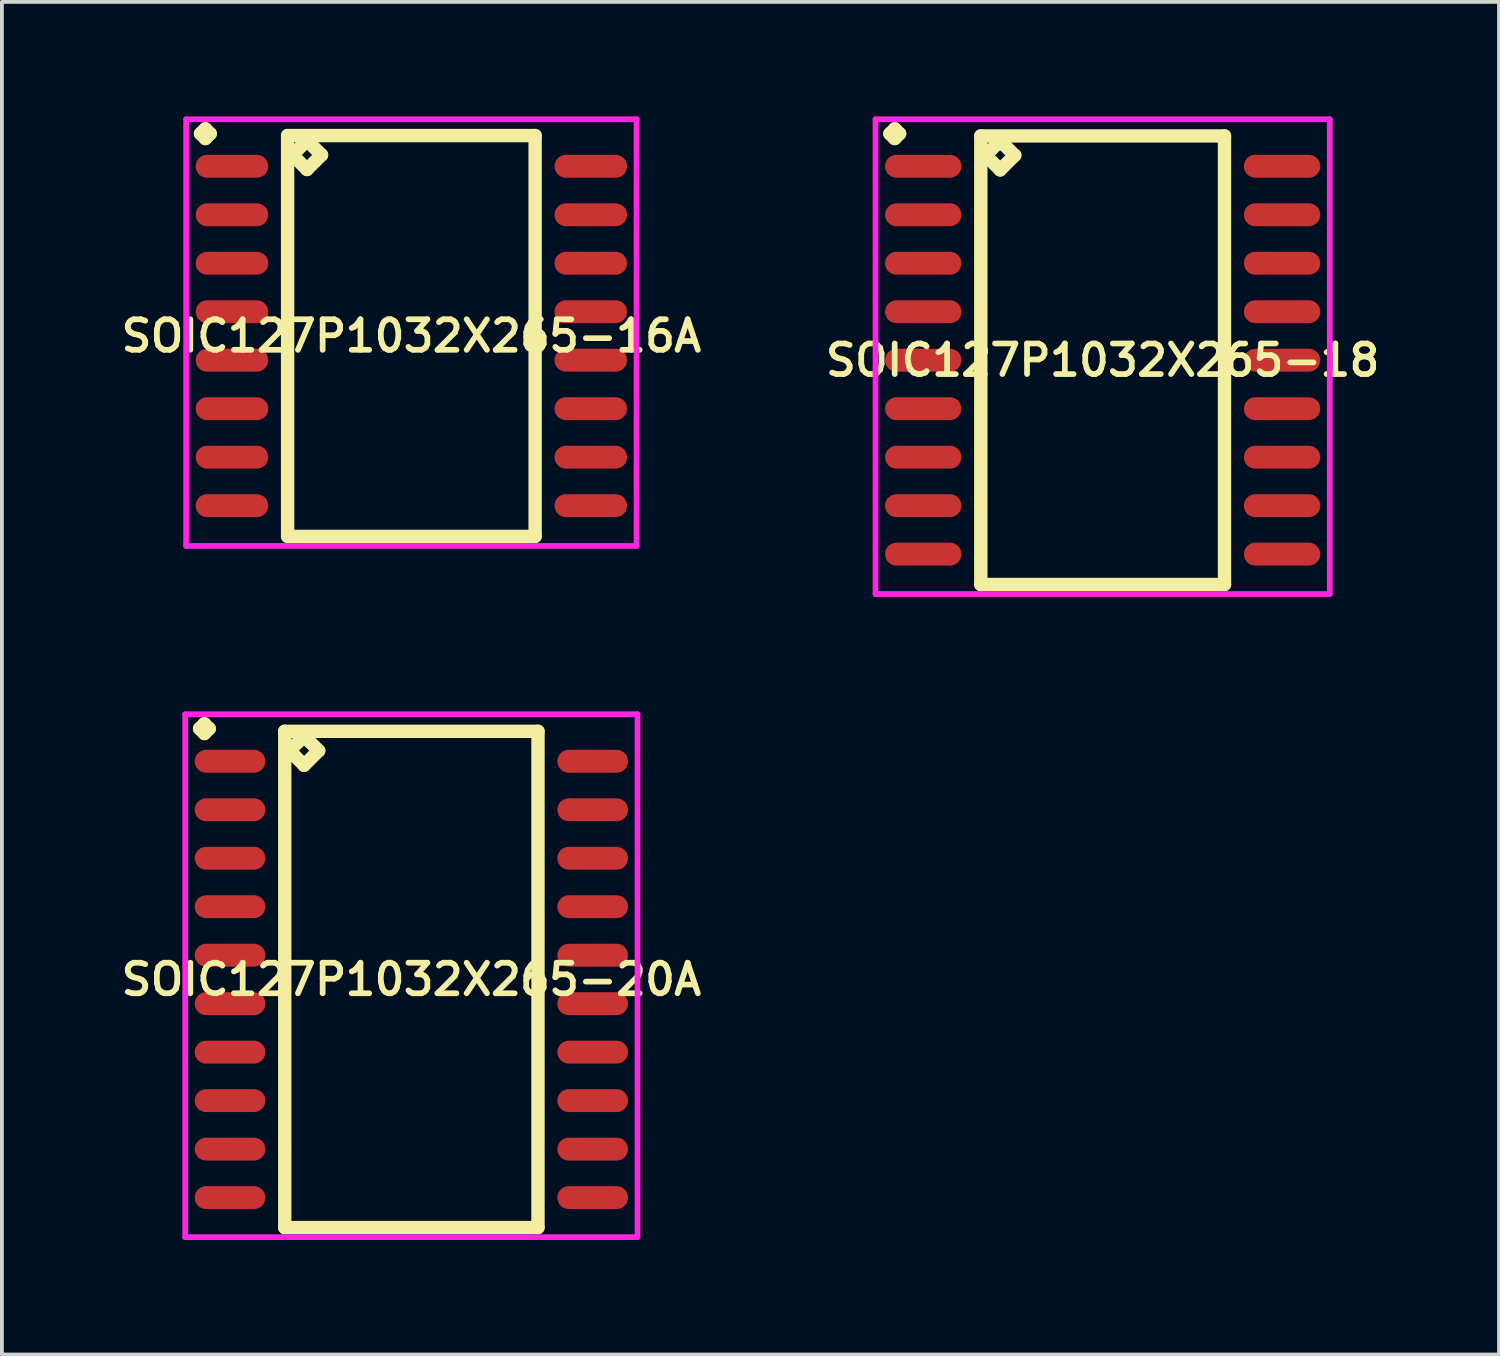
<source format=kicad_pcb>
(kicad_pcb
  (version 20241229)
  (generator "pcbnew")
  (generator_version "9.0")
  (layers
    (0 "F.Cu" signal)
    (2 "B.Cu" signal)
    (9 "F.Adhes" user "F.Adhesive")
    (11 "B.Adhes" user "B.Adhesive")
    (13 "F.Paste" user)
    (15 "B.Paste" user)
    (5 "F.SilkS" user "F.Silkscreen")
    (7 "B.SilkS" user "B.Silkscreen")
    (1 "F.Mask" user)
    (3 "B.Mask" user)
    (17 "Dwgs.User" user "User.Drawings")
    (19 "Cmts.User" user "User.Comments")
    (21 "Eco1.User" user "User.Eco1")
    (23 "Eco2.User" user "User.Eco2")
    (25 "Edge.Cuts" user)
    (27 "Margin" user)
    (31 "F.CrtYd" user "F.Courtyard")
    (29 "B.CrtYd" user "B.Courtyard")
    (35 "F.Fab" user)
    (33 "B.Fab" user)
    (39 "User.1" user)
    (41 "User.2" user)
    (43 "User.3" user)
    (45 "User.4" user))
  (footprint "SOIC127P1032X265-18"
    (layer "F.Cu")
    (at 25.835 6.386)
    (property "Reference" "SOIC127P1032X265-18" (at 0 0 0) (layer "F.SilkS") (effects (font (size 0.8 0.8) (thickness 0.15))))
    (attr smd)
    (fp_line (start -5.573 -5.934) (end -5.446 -6.061) (stroke (width 0.35) (type solid)) (layer "F.SilkS"))
    (fp_line (start -5.446 -6.061) (end -5.319 -5.934) (stroke (width 0.35) (type solid)) (layer "F.SilkS"))
    (fp_line (start -5.446 -5.807) (end -5.573 -5.934) (stroke (width 0.35) (type solid)) (layer "F.SilkS"))
    (fp_line (start -5.319 -5.934) (end -5.446 -5.807) (stroke (width 0.35) (type solid)) (layer "F.SilkS"))
    (fp_line (start -3.192 -5.875) (end -3.192 5.875) (stroke (width 0.35) (type solid)) (layer "F.SilkS"))
    (fp_line (start -3.192 5.875) (end 3.192 5.875) (stroke (width 0.35) (type solid)) (layer "F.SilkS"))
    (fp_line (start -3.065 -5.367) (end -2.684 -5.748) (stroke (width 0.35) (type solid)) (layer "F.SilkS"))
    (fp_line (start -2.684 -5.748) (end -2.303 -5.367) (stroke (width 0.35) (type solid)) (layer "F.SilkS"))
    (fp_line (start -2.684 -4.986) (end -3.065 -5.367) (stroke (width 0.35) (type solid)) (layer "F.SilkS"))
    (fp_line (start -2.303 -5.367) (end -2.684 -4.986) (stroke (width 0.35) (type solid)) (layer "F.SilkS"))
    (fp_line (start 3.192 -5.875) (end -3.192 -5.875) (stroke (width 0.35) (type solid)) (layer "F.SilkS"))
    (fp_line (start 3.192 5.875) (end 3.192 -5.875) (stroke (width 0.35) (type solid)) (layer "F.SilkS"))
    (fp_line (start -5.95 -6.311) (end 5.95 -6.311) (stroke (width 0.15) (type solid)) (layer "F.CrtYd"))
    (fp_line (start -5.95 6.125) (end -5.95 -6.311) (stroke (width 0.15) (type solid)) (layer "F.CrtYd"))
    (fp_line (start 5.95 -6.311) (end 5.95 6.125) (stroke (width 0.15) (type solid)) (layer "F.CrtYd"))
    (fp_line (start 5.95 6.125) (end -5.95 6.125) (stroke (width 0.15) (type solid)) (layer "F.CrtYd"))
    (pad "1" smd oval (at -4.7 -5.08) (size 2 0.6) (layers "F.Cu" "F.Mask" "F.Paste"))
    (pad "2" smd oval (at -4.7 -3.81) (size 2 0.6) (layers "F.Cu" "F.Mask" "F.Paste"))
    (pad "3" smd oval (at -4.7 -2.54) (size 2 0.6) (layers "F.Cu" "F.Mask" "F.Paste"))
    (pad "4" smd oval (at -4.7 -1.27) (size 2 0.6) (layers "F.Cu" "F.Mask" "F.Paste"))
    (pad "5" smd oval (at -4.7 0) (size 2 0.6) (layers "F.Cu" "F.Mask" "F.Paste"))
    (pad "6" smd oval (at -4.7 1.27) (size 2 0.6) (layers "F.Cu" "F.Mask" "F.Paste"))
    (pad "7" smd oval (at -4.7 2.54) (size 2 0.6) (layers "F.Cu" "F.Mask" "F.Paste"))
    (pad "8" smd oval (at -4.7 3.81) (size 2 0.6) (layers "F.Cu" "F.Mask" "F.Paste"))
    (pad "9" smd oval (at -4.7 5.08) (size 2 0.6) (layers "F.Cu" "F.Mask" "F.Paste"))
    (pad "10" smd oval (at 4.7 5.08) (size 2 0.6) (layers "F.Cu" "F.Mask" "F.Paste"))
    (pad "11" smd oval (at 4.7 3.81) (size 2 0.6) (layers "F.Cu" "F.Mask" "F.Paste"))
    (pad "12" smd oval (at 4.7 2.54) (size 2 0.6) (layers "F.Cu" "F.Mask" "F.Paste"))
    (pad "13" smd oval (at 4.7 1.27) (size 2 0.6) (layers "F.Cu" "F.Mask" "F.Paste"))
    (pad "14" smd oval (at 4.7 0) (size 2 0.6) (layers "F.Cu" "F.Mask" "F.Paste"))
    (pad "15" smd oval (at 4.7 -1.27) (size 2 0.6) (layers "F.Cu" "F.Mask" "F.Paste"))
    (pad "16" smd oval (at 4.7 -2.54) (size 2 0.6) (layers "F.Cu" "F.Mask" "F.Paste"))
    (pad "17" smd oval (at 4.7 -3.81) (size 2 0.6) (layers "F.Cu" "F.Mask" "F.Paste"))
    (pad "18" smd oval (at 4.7 -5.08) (size 2 0.6) (layers "F.Cu" "F.Mask" "F.Paste")))
  (footprint "SOIC127P1032X265-20A"
    (layer "F.Cu")
    (at 7.726 22.607)
    (property "Reference" "SOIC127P1032X265-20A" (at 0 0 0) (layer "F.SilkS") (effects (font (size 0.8 0.8) (thickness 0.15))))
    (attr smd)
    (fp_line (start -5.548 -6.569) (end -5.421 -6.696) (stroke (width 0.35) (type solid)) (layer "F.SilkS"))
    (fp_line (start -5.421 -6.696) (end -5.294 -6.569) (stroke (width 0.35) (type solid)) (layer "F.SilkS"))
    (fp_line (start -5.421 -6.442) (end -5.548 -6.569) (stroke (width 0.35) (type solid)) (layer "F.SilkS"))
    (fp_line (start -5.294 -6.569) (end -5.421 -6.442) (stroke (width 0.35) (type solid)) (layer "F.SilkS"))
    (fp_line (start -3.317 -6.5) (end -3.317 6.5) (stroke (width 0.35) (type solid)) (layer "F.SilkS"))
    (fp_line (start -3.317 6.5) (end 3.317 6.5) (stroke (width 0.35) (type solid)) (layer "F.SilkS"))
    (fp_line (start -3.19 -5.992) (end -2.809 -6.373) (stroke (width 0.35) (type solid)) (layer "F.SilkS"))
    (fp_line (start -2.809 -6.373) (end -2.428 -5.992) (stroke (width 0.35) (type solid)) (layer "F.SilkS"))
    (fp_line (start -2.809 -5.611) (end -3.19 -5.992) (stroke (width 0.35) (type solid)) (layer "F.SilkS"))
    (fp_line (start -2.428 -5.992) (end -2.809 -5.611) (stroke (width 0.35) (type solid)) (layer "F.SilkS"))
    (fp_line (start 3.317 -6.5) (end -3.317 -6.5) (stroke (width 0.35) (type solid)) (layer "F.SilkS"))
    (fp_line (start 3.317 6.5) (end 3.317 -6.5) (stroke (width 0.35) (type solid)) (layer "F.SilkS"))
    (fp_line (start -5.925 -6.946) (end 5.925 -6.946) (stroke (width 0.15) (type solid)) (layer "F.CrtYd"))
    (fp_line (start -5.925 6.75) (end -5.925 -6.946) (stroke (width 0.15) (type solid)) (layer "F.CrtYd"))
    (fp_line (start 5.925 -6.946) (end 5.925 6.75) (stroke (width 0.15) (type solid)) (layer "F.CrtYd"))
    (fp_line (start 5.925 6.75) (end -5.925 6.75) (stroke (width 0.15) (type solid)) (layer "F.CrtYd"))
    (pad "1" smd oval (at -4.75 -5.715) (size 1.85 0.6) (layers "F.Cu" "F.Mask" "F.Paste"))
    (pad "2" smd oval (at -4.75 -4.445) (size 1.85 0.6) (layers "F.Cu" "F.Mask" "F.Paste"))
    (pad "3" smd oval (at -4.75 -3.175) (size 1.85 0.6) (layers "F.Cu" "F.Mask" "F.Paste"))
    (pad "4" smd oval (at -4.75 -1.905) (size 1.85 0.6) (layers "F.Cu" "F.Mask" "F.Paste"))
    (pad "5" smd oval (at -4.75 -0.635) (size 1.85 0.6) (layers "F.Cu" "F.Mask" "F.Paste"))
    (pad "6" smd oval (at -4.75 0.635) (size 1.85 0.6) (layers "F.Cu" "F.Mask" "F.Paste"))
    (pad "7" smd oval (at -4.75 1.905) (size 1.85 0.6) (layers "F.Cu" "F.Mask" "F.Paste"))
    (pad "8" smd oval (at -4.75 3.175) (size 1.85 0.6) (layers "F.Cu" "F.Mask" "F.Paste"))
    (pad "9" smd oval (at -4.75 4.445) (size 1.85 0.6) (layers "F.Cu" "F.Mask" "F.Paste"))
    (pad "10" smd oval (at -4.75 5.715) (size 1.85 0.6) (layers "F.Cu" "F.Mask" "F.Paste"))
    (pad "11" smd oval (at 4.75 5.715) (size 1.85 0.6) (layers "F.Cu" "F.Mask" "F.Paste"))
    (pad "12" smd oval (at 4.75 4.445) (size 1.85 0.6) (layers "F.Cu" "F.Mask" "F.Paste"))
    (pad "13" smd oval (at 4.75 3.175) (size 1.85 0.6) (layers "F.Cu" "F.Mask" "F.Paste"))
    (pad "14" smd oval (at 4.75 1.905) (size 1.85 0.6) (layers "F.Cu" "F.Mask" "F.Paste"))
    (pad "15" smd oval (at 4.75 0.635) (size 1.85 0.6) (layers "F.Cu" "F.Mask" "F.Paste"))
    (pad "16" smd oval (at 4.75 -0.635) (size 1.85 0.6) (layers "F.Cu" "F.Mask" "F.Paste"))
    (pad "17" smd oval (at 4.75 -1.905) (size 1.85 0.6) (layers "F.Cu" "F.Mask" "F.Paste"))
    (pad "18" smd oval (at 4.75 -3.175) (size 1.85 0.6) (layers "F.Cu" "F.Mask" "F.Paste"))
    (pad "19" smd oval (at 4.75 -4.445) (size 1.85 0.6) (layers "F.Cu" "F.Mask" "F.Paste"))
    (pad "20" smd oval (at 4.75 -5.715) (size 1.85 0.6) (layers "F.Cu" "F.Mask" "F.Paste")))
  (footprint "SOIC127P1032X265-16A"
    (layer "F.Cu")
    (at 7.726 5.751)
    (property "Reference" "SOIC127P1032X265-16A" (at 0 0 0) (layer "F.SilkS") (effects (font (size 0.8 0.8) (thickness 0.15))))
    (attr smd)
    (fp_line (start -5.523 -5.299) (end -5.396 -5.426) (stroke (width 0.35) (type solid)) (layer "F.SilkS"))
    (fp_line (start -5.396 -5.426) (end -5.269 -5.299) (stroke (width 0.35) (type solid)) (layer "F.SilkS"))
    (fp_line (start -5.396 -5.172) (end -5.523 -5.299) (stroke (width 0.35) (type solid)) (layer "F.SilkS"))
    (fp_line (start -5.269 -5.299) (end -5.396 -5.172) (stroke (width 0.35) (type solid)) (layer "F.SilkS"))
    (fp_line (start -3.242 -5.25) (end -3.242 5.25) (stroke (width 0.35) (type solid)) (layer "F.SilkS"))
    (fp_line (start -3.242 5.25) (end 3.242 5.25) (stroke (width 0.35) (type solid)) (layer "F.SilkS"))
    (fp_line (start -3.115 -4.742) (end -2.734 -5.123) (stroke (width 0.35) (type solid)) (layer "F.SilkS"))
    (fp_line (start -2.734 -5.123) (end -2.353 -4.742) (stroke (width 0.35) (type solid)) (layer "F.SilkS"))
    (fp_line (start -2.734 -4.361) (end -3.115 -4.742) (stroke (width 0.35) (type solid)) (layer "F.SilkS"))
    (fp_line (start -2.353 -4.742) (end -2.734 -4.361) (stroke (width 0.35) (type solid)) (layer "F.SilkS"))
    (fp_line (start 3.242 -5.25) (end -3.242 -5.25) (stroke (width 0.35) (type solid)) (layer "F.SilkS"))
    (fp_line (start 3.242 5.25) (end 3.242 -5.25) (stroke (width 0.35) (type solid)) (layer "F.SilkS"))
    (fp_line (start -5.9 -5.676) (end 5.9 -5.676) (stroke (width 0.15) (type solid)) (layer "F.CrtYd"))
    (fp_line (start -5.9 5.5) (end -5.9 -5.676) (stroke (width 0.15) (type solid)) (layer "F.CrtYd"))
    (fp_line (start 5.9 -5.676) (end 5.9 5.5) (stroke (width 0.15) (type solid)) (layer "F.CrtYd"))
    (fp_line (start 5.9 5.5) (end -5.9 5.5) (stroke (width 0.15) (type solid)) (layer "F.CrtYd"))
    (pad "1" smd oval (at -4.7 -4.445) (size 1.9 0.6) (layers "F.Cu" "F.Mask" "F.Paste"))
    (pad "2" smd oval (at -4.7 -3.175) (size 1.9 0.6) (layers "F.Cu" "F.Mask" "F.Paste"))
    (pad "3" smd oval (at -4.7 -1.905) (size 1.9 0.6) (layers "F.Cu" "F.Mask" "F.Paste"))
    (pad "4" smd oval (at -4.7 -0.635) (size 1.9 0.6) (layers "F.Cu" "F.Mask" "F.Paste"))
    (pad "5" smd oval (at -4.7 0.635) (size 1.9 0.6) (layers "F.Cu" "F.Mask" "F.Paste"))
    (pad "6" smd oval (at -4.7 1.905) (size 1.9 0.6) (layers "F.Cu" "F.Mask" "F.Paste"))
    (pad "7" smd oval (at -4.7 3.175) (size 1.9 0.6) (layers "F.Cu" "F.Mask" "F.Paste"))
    (pad "8" smd oval (at -4.7 4.445) (size 1.9 0.6) (layers "F.Cu" "F.Mask" "F.Paste"))
    (pad "9" smd oval (at 4.7 4.445) (size 1.9 0.6) (layers "F.Cu" "F.Mask" "F.Paste"))
    (pad "10" smd oval (at 4.7 3.175) (size 1.9 0.6) (layers "F.Cu" "F.Mask" "F.Paste"))
    (pad "11" smd oval (at 4.7 1.905) (size 1.9 0.6) (layers "F.Cu" "F.Mask" "F.Paste"))
    (pad "12" smd oval (at 4.7 0.635) (size 1.9 0.6) (layers "F.Cu" "F.Mask" "F.Paste"))
    (pad "13" smd oval (at 4.7 -0.635) (size 1.9 0.6) (layers "F.Cu" "F.Mask" "F.Paste"))
    (pad "14" smd oval (at 4.7 -1.905) (size 1.9 0.6) (layers "F.Cu" "F.Mask" "F.Paste"))
    (pad "15" smd oval (at 4.7 -3.175) (size 1.9 0.6) (layers "F.Cu" "F.Mask" "F.Paste"))
    (pad "16" smd oval (at 4.7 -4.445) (size 1.9 0.6) (layers "F.Cu" "F.Mask" "F.Paste")))
  (gr_rect
    (start -3 -3)
    (end 36.218 32.432)
    (stroke (width 0.1) (type default))
    (fill no)
    (layer "Edge.Cuts")))
</source>
